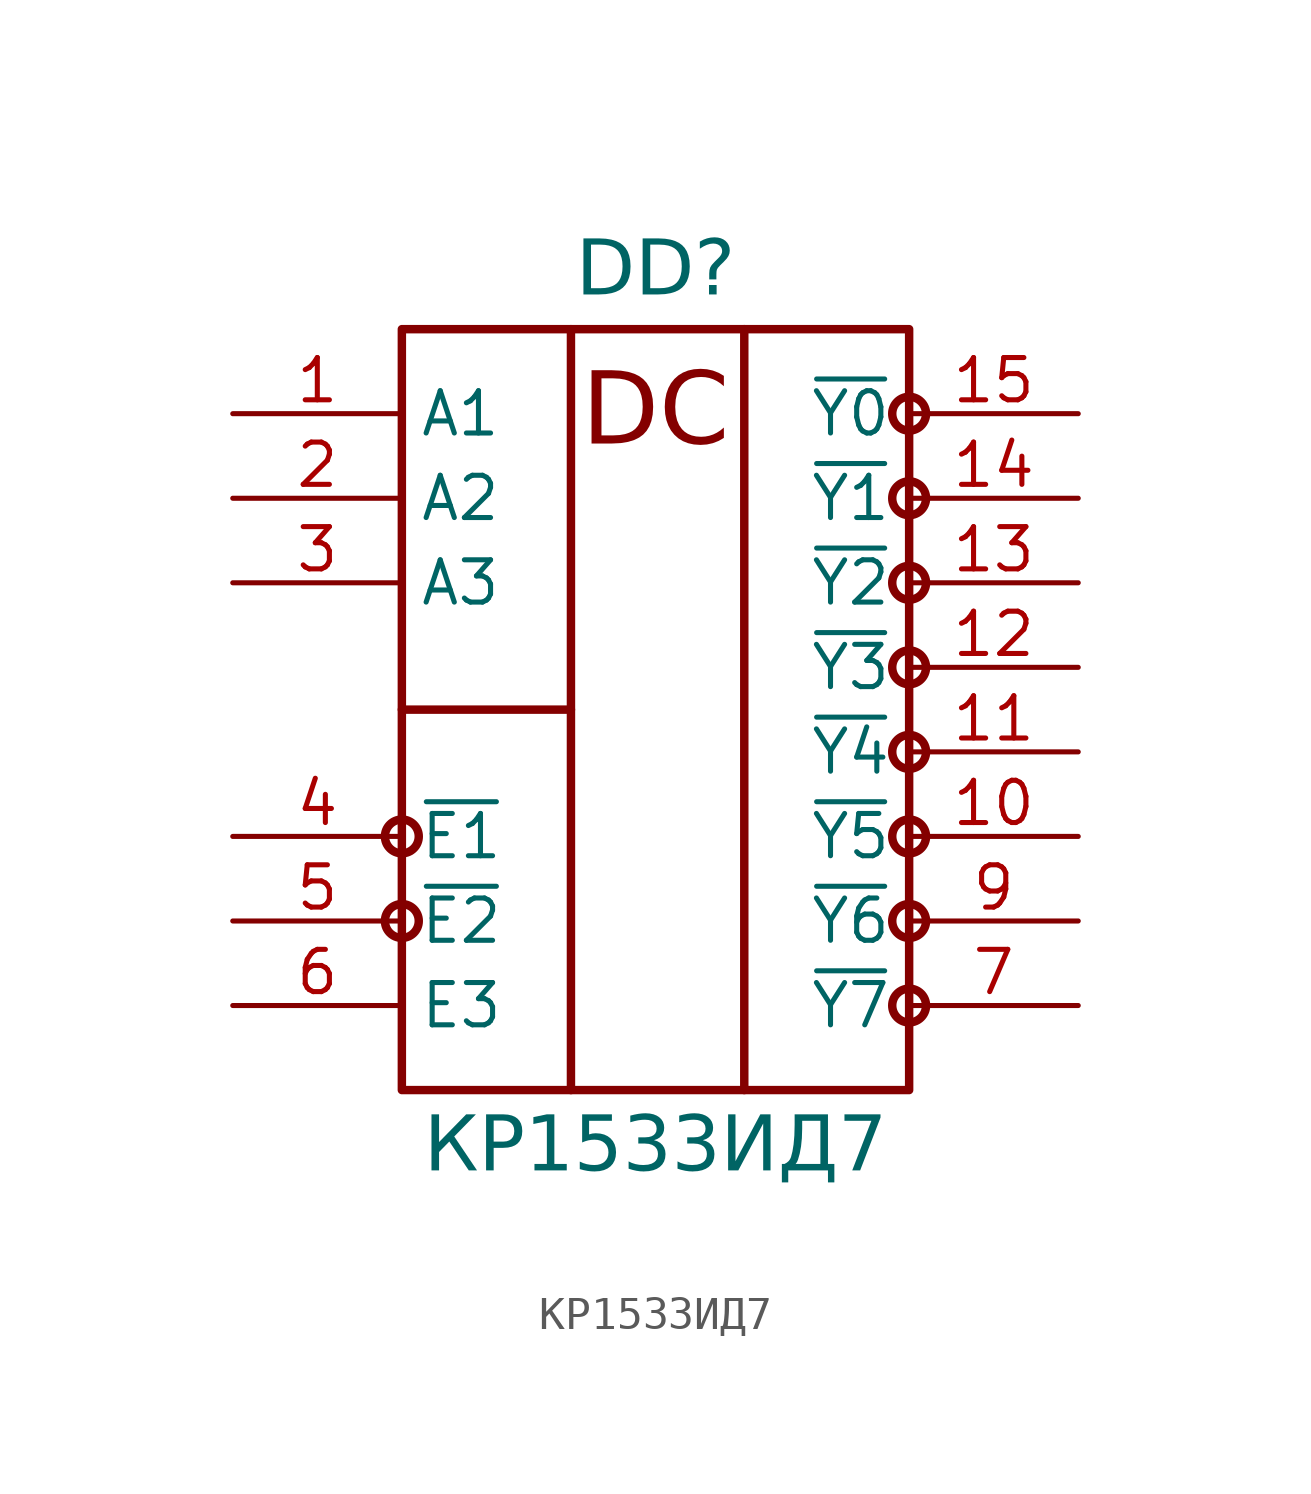
<source format=kicad_sym>
(kicad_symbol_lib
  (version 20241209)
  (generator "kicad_symbol_editor")
  (generator_version "9.0")
  (symbol "КР1533ИД7"
    (property "Reference" "DD"
      (at 12.7 3.302 0)
      (do_not_autoplace)
      (effects (font (face "Input Sans Condensed") (size 1.651 1.651)) (justify bottom)))
    (property "Value" "КР1533ИД7"
      (at 12.7 -21.082 0)
      (do_not_autoplace)
      (effects (font (face "Input Sans Condensed") (size 1.651 1.651)) (justify top)))
    (symbol "КР1533ИД7_0_0"
      (rectangle (start 5.08 2.54) (end 20.32 -20.32) (stroke (width 0.254) (type solid)) (fill (type none)))
      (polyline (pts (xy 5.08 -8.89) (xy 10.16 -8.89)) (stroke (width 0.254) (type solid)) (fill (type none)))
      (circle (center 5.08 -12.7) (radius 0.508) (stroke (width 0.254) (type solid)) (fill (type color) (color 255 255 255 1)))
      (circle (center 5.08 -15.24) (radius 0.508) (stroke (width 0.254) (type solid)) (fill (type color) (color 255 255 255 1)))
      (polyline (pts (xy 10.16 2.54) (xy 10.16 -20.32)) (stroke (width 0.254) (type solid)) (fill (type none)))
      (polyline (pts (xy 15.367 2.54) (xy 15.367 -20.32)) (stroke (width 0.254) (type solid)) (fill (type none)))
      (circle (center 20.32 0) (radius 0.508) (stroke (width 0.254) (type solid)) (fill (type color) (color 255 255 255 1)))
      (circle (center 20.32 -2.54) (radius 0.508) (stroke (width 0.254) (type solid)) (fill (type color) (color 255 255 255 1)))
      (circle (center 20.32 -5.08) (radius 0.508) (stroke (width 0.254) (type solid)) (fill (type color) (color 255 255 255 1)))
      (circle (center 20.32 -7.62) (radius 0.508) (stroke (width 0.254) (type solid)) (fill (type color) (color 255 255 255 1)))
      (circle (center 20.32 -10.16) (radius 0.508) (stroke (width 0.254) (type solid)) (fill (type color) (color 255 255 255 1)))
      (circle (center 20.32 -12.7) (radius 0.508) (stroke (width 0.254) (type solid)) (fill (type color) (color 255 255 255 1)))
      (circle (center 20.32 -15.24) (radius 0.508) (stroke (width 0.254) (type solid)) (fill (type color) (color 255 255 255 1)))
      (circle (center 20.32 -17.78) (radius 0.508) (stroke (width 0.254) (type solid)) (fill (type color) (color 255 255 255 1))))
    (symbol "КР1533ИД7_1_0"
      (pin input line (at 0 0 0) (length 5.08) (name "A1" (effects (font (size 1.27 1.27)))) (number "1" (effects (font (size 1.27 1.27)))))
      (pin input line (at 0 -2.54 0) (length 5.08) (name "A2" (effects (font (size 1.27 1.27)))) (number "2" (effects (font (size 1.27 1.27)))))
      (pin input line (at 0 -5.08 0) (length 5.08) (name "A3" (effects (font (size 1.27 1.27)))) (number "3" (effects (font (size 1.27 1.27)))))
      (pin input line (at 0 -12.7 0) (length 5.08) (name "~{E1}" (effects (font (size 1.27 1.27)))) (number "4" (effects (font (size 1.27 1.27)))))
      (pin input line (at 0 -15.24 0) (length 5.08) (name "~{E2}" (effects (font (size 1.27 1.27)))) (number "5" (effects (font (size 1.27 1.27)))))
      (pin input line (at 0 -17.78 0) (length 5.08) (name "E3" (effects (font (size 1.27 1.27)))) (number "6" (effects (font (size 1.27 1.27)))))
      (pin power_in line (at 10.16 -21.59 90) (length 1.27) (hide yes) (name "GND" (effects (font (size 0.025 0.025)))) (number "8" (effects (font (size 1.27 1.27)))))
      (pin power_in line (at 15.24 -21.59 90) (length 1.27) (hide yes) (name "VCC" (effects (font (size 0.025 0.025)))) (number "16" (effects (font (size 1.27 1.27)))))
      (pin output line (at 25.4 0 180) (length 5.08) (name "~{Y0}" (effects (font (size 1.27 1.27)))) (number "15" (effects (font (size 1.27 1.27)))))
      (pin output line (at 25.4 -2.54 180) (length 5.08) (name "~{Y1}" (effects (font (size 1.27 1.27)))) (number "14" (effects (font (size 1.27 1.27)))))
      (pin output line (at 25.4 -5.08 180) (length 5.08) (name "~{Y2}" (effects (font (size 1.27 1.27)))) (number "13" (effects (font (size 1.27 1.27)))))
      (pin output line (at 25.4 -7.62 180) (length 5.08) (name "~{Y3}" (effects (font (size 1.27 1.27)))) (number "12" (effects (font (size 1.27 1.27)))))
      (pin output line (at 25.4 -10.16 180) (length 5.08) (name "~{Y4}" (effects (font (size 1.27 1.27)))) (number "11" (effects (font (size 1.27 1.27)))))
      (pin output line (at 25.4 -12.7 180) (length 5.08) (name "~{Y5}" (effects (font (size 1.27 1.27)))) (number "10" (effects (font (size 1.27 1.27)))))
      (pin output line (at 25.4 -15.24 180) (length 5.08) (name "~{Y6}" (effects (font (size 1.27 1.27)))) (number "9" (effects (font (size 1.27 1.27)))))
      (pin output line (at 25.4 -17.78 180) (length 5.08) (name "~{Y7}" (effects (font (size 1.27 1.27)))) (number "7" (effects (font (size 1.27 1.27))))))
    (symbol "КР1533ИД7_1_1"
      (text "DC" (at 12.7 0 0) (effects (font (face "Input Sans Condensed") (size 2.159 2.159)))))))
</source>
